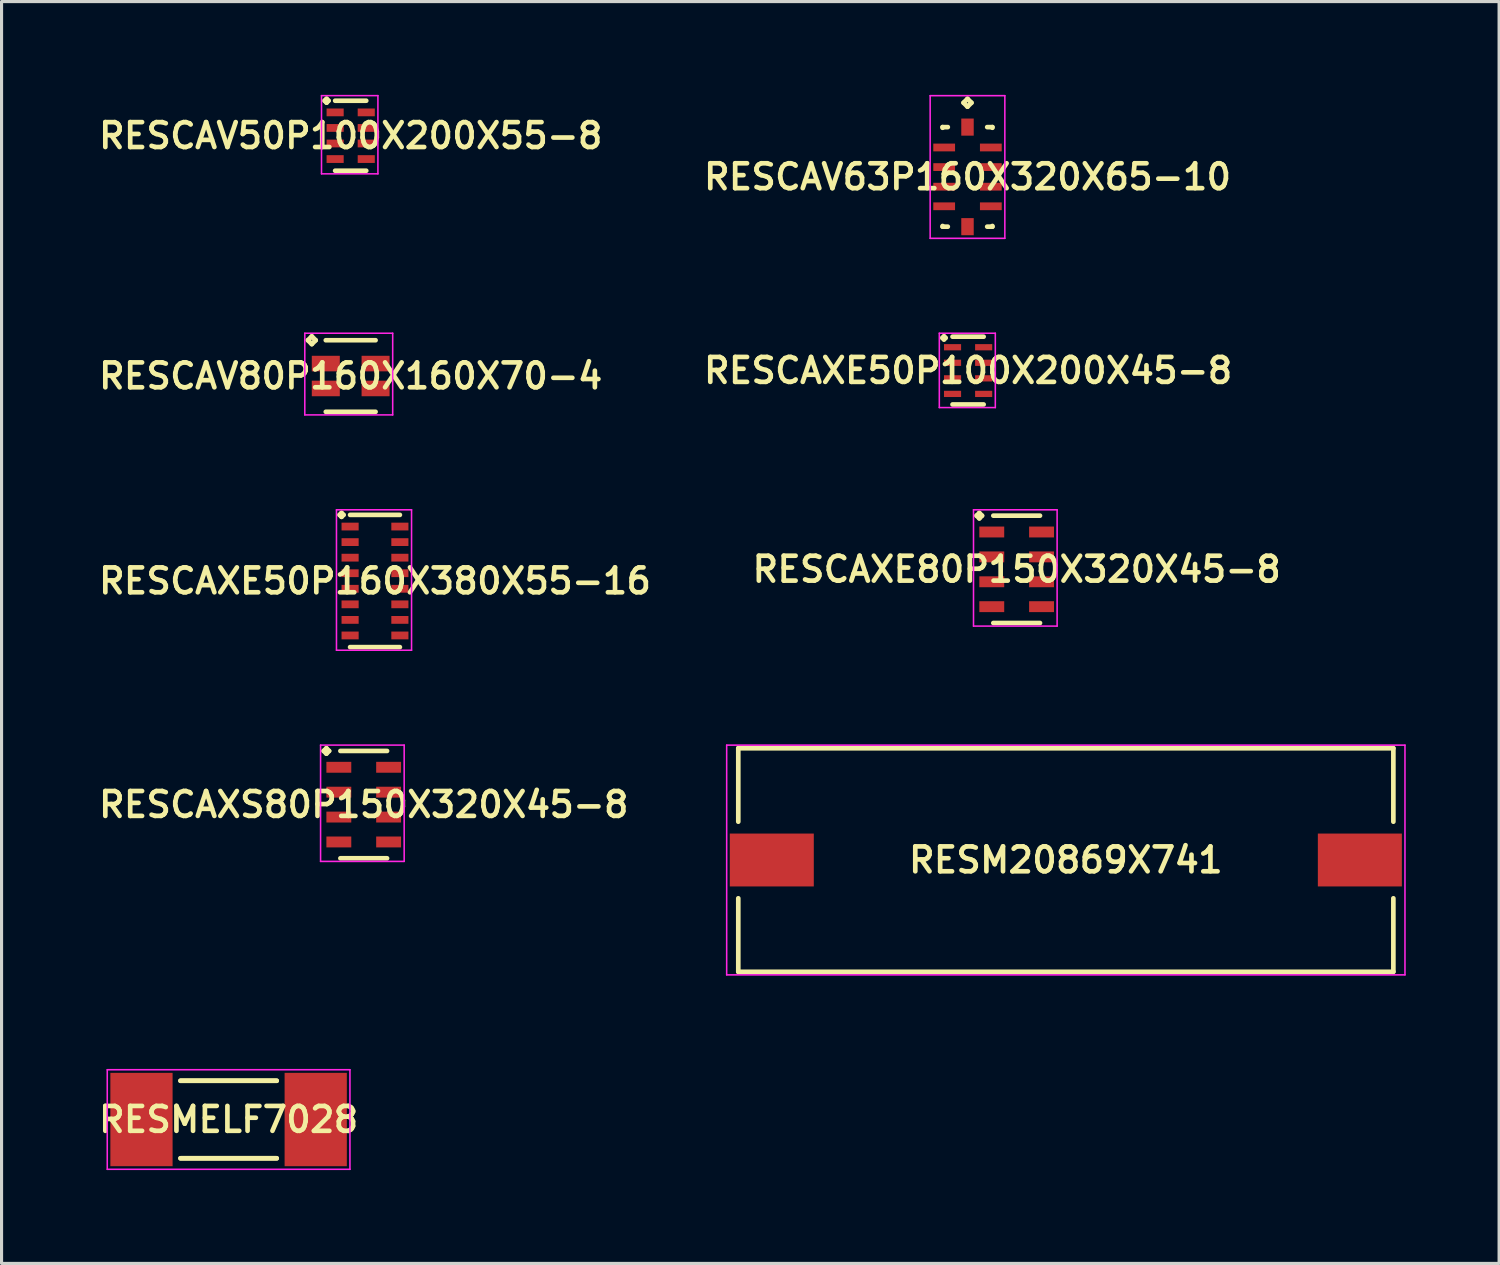
<source format=kicad_pcb>
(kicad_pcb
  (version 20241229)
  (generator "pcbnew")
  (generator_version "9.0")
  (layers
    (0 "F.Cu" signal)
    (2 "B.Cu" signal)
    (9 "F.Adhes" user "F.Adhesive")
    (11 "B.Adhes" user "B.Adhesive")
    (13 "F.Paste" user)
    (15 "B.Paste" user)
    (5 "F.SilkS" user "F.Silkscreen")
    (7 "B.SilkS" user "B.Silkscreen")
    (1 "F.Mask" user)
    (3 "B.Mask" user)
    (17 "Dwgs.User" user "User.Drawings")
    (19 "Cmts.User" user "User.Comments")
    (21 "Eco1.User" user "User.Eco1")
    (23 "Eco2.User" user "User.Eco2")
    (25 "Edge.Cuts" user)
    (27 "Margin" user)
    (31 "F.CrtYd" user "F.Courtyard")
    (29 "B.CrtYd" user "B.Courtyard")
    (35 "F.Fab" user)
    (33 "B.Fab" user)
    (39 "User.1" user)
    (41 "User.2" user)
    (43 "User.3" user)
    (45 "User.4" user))
  (footprint "RESM20869X741"
    (layer "F.Cu")
    (at 31.205 24.59)
    (property "Reference" "RESM20869X741" (at 0 0 0) (layer "F.SilkS") (effects (font (size 0.8 0.8) (thickness 0.15))))
    (attr smd)
    (fp_line (start -10.527 -3.592) (end 10.527 -3.592) (stroke (width 0.15) (type solid)) (layer "F.SilkS"))
    (fp_line (start -10.527 -1.231) (end -10.527 -3.592) (stroke (width 0.15) (type solid)) (layer "F.SilkS"))
    (fp_line (start -10.527 1.231) (end -10.527 3.592) (stroke (width 0.15) (type solid)) (layer "F.SilkS"))
    (fp_line (start -10.527 3.592) (end 10.527 3.592) (stroke (width 0.15) (type solid)) (layer "F.SilkS"))
    (fp_line (start 10.527 -3.592) (end 10.527 -1.231) (stroke (width 0.15) (type solid)) (layer "F.SilkS"))
    (fp_line (start 10.527 3.592) (end 10.527 1.231) (stroke (width 0.15) (type solid)) (layer "F.SilkS"))
    (fp_line (start -10.9 -3.692) (end 10.9 -3.692) (stroke (width 0.05) (type solid)) (layer "F.CrtYd"))
    (fp_line (start -10.9 3.692) (end -10.9 -3.692) (stroke (width 0.05) (type solid)) (layer "F.CrtYd"))
    (fp_line (start 10.9 -3.692) (end 10.9 3.692) (stroke (width 0.05) (type solid)) (layer "F.CrtYd"))
    (fp_line (start 10.9 3.692) (end -10.9 3.692) (stroke (width 0.05) (type solid)) (layer "F.CrtYd"))
    (pad "1" smd rect (at -9.45 0) (size 2.7 1.7) (layers "F.Cu" "F.Mask" "F.Paste"))
    (pad "2" smd rect (at 9.45 0) (size 2.7 1.7) (layers "F.Cu" "F.Mask" "F.Paste")))
  (footprint "RESCAV50P100X200X55-8"
    (layer "F.Cu")
    (at 8.221 1.312)
    (property "Reference" "RESCAV50P100X200X55-8" (at 0 0 0) (layer "F.SilkS") (effects (font (size 0.8 0.8) (thickness 0.15))))
    (attr smd)
    (fp_line (start -0.838 -1.125) (end -0.775 -1.188) (stroke (width 0.15) (type solid)) (layer "F.SilkS"))
    (fp_line (start -0.775 -1.188) (end -0.713 -1.125) (stroke (width 0.15) (type solid)) (layer "F.SilkS"))
    (fp_line (start -0.775 -1.062) (end -0.838 -1.125) (stroke (width 0.15) (type solid)) (layer "F.SilkS"))
    (fp_line (start -0.713 -1.125) (end -0.775 -1.062) (stroke (width 0.15) (type solid)) (layer "F.SilkS"))
    (fp_line (start -0.5 -1.125) (end 0.5 -1.125) (stroke (width 0.15) (type solid)) (layer "F.SilkS"))
    (fp_line (start -0.5 1.125) (end 0.5 1.125) (stroke (width 0.15) (type solid)) (layer "F.SilkS"))
    (fp_line (start -0.938 -1.288) (end 0.875 -1.288) (stroke (width 0.05) (type solid)) (layer "F.CrtYd"))
    (fp_line (start -0.938 1.225) (end -0.938 -1.288) (stroke (width 0.05) (type solid)) (layer "F.CrtYd"))
    (fp_line (start 0.875 -1.288) (end 0.875 1.225) (stroke (width 0.05) (type solid)) (layer "F.CrtYd"))
    (fp_line (start 0.875 1.225) (end -0.938 1.225) (stroke (width 0.05) (type solid)) (layer "F.CrtYd"))
    (pad "1" smd rect (at -0.5 -0.75) (size 0.55 0.25) (layers "F.Cu" "F.Mask" "F.Paste"))
    (pad "2" smd rect (at -0.5 -0.25) (size 0.55 0.25) (layers "F.Cu" "F.Mask" "F.Paste"))
    (pad "3" smd rect (at -0.5 0.25) (size 0.55 0.25) (layers "F.Cu" "F.Mask" "F.Paste"))
    (pad "4" smd rect (at -0.5 0.75) (size 0.55 0.25) (layers "F.Cu" "F.Mask" "F.Paste"))
    (pad "5" smd rect (at 0.5 0.75) (size 0.55 0.25) (layers "F.Cu" "F.Mask" "F.Paste"))
    (pad "6" smd rect (at 0.5 0.25) (size 0.55 0.25) (layers "F.Cu" "F.Mask" "F.Paste"))
    (pad "7" smd rect (at 0.5 -0.25) (size 0.55 0.25) (layers "F.Cu" "F.Mask" "F.Paste"))
    (pad "8" smd rect (at 0.5 -0.75) (size 0.55 0.25) (layers "F.Cu" "F.Mask" "F.Paste")))
  (footprint "RESCAV80P160X160X70-4"
    (layer "F.Cu")
    (at 8.221 9.035)
    (property "Reference" "RESCAV80P160X160X70-4" (at 0 0 0) (layer "F.SilkS") (effects (font (size 0.8 0.8) (thickness 0.15))))
    (attr smd)
    (fp_line (start -1.375 -1.15) (end -1.25 -1.275) (stroke (width 0.15) (type solid)) (layer "F.SilkS"))
    (fp_line (start -1.25 -1.275) (end -1.125 -1.15) (stroke (width 0.15) (type solid)) (layer "F.SilkS"))
    (fp_line (start -1.25 -1.025) (end -1.375 -1.15) (stroke (width 0.15) (type solid)) (layer "F.SilkS"))
    (fp_line (start -1.125 -1.15) (end -1.25 -1.025) (stroke (width 0.15) (type solid)) (layer "F.SilkS"))
    (fp_line (start -0.8 -1.15) (end 0.8 -1.15) (stroke (width 0.15) (type solid)) (layer "F.SilkS"))
    (fp_line (start -0.8 1.15) (end 0.8 1.15) (stroke (width 0.15) (type solid)) (layer "F.SilkS"))
    (fp_line (start -1.475 -1.375) (end 1.35 -1.375) (stroke (width 0.05) (type solid)) (layer "F.CrtYd"))
    (fp_line (start -1.475 1.25) (end -1.475 -1.375) (stroke (width 0.05) (type solid)) (layer "F.CrtYd"))
    (fp_line (start 1.35 -1.375) (end 1.35 1.25) (stroke (width 0.05) (type solid)) (layer "F.CrtYd"))
    (fp_line (start 1.35 1.25) (end -1.475 1.25) (stroke (width 0.05) (type solid)) (layer "F.CrtYd"))
    (pad "1" smd rect (at -0.8 -0.4) (size 0.9 0.5) (layers "F.Cu" "F.Mask" "F.Paste"))
    (pad "2" smd rect (at -0.8 0.4) (size 0.9 0.5) (layers "F.Cu" "F.Mask" "F.Paste"))
    (pad "3" smd rect (at 0.8 0.4) (size 0.9 0.5) (layers "F.Cu" "F.Mask" "F.Paste"))
    (pad "4" smd rect (at 0.8 -0.4) (size 0.9 0.5) (layers "F.Cu" "F.Mask" "F.Paste")))
  (footprint "RESCAXE50P160X380X55-16"
    (layer "F.Cu")
    (at 9.002 15.623)
    (property "Reference" "RESCAXE50P160X380X55-16" (at 0 0 0) (layer "F.SilkS") (effects (font (size 0.8 0.8) (thickness 0.15))))
    (attr smd)
    (fp_line (start -1.137 -2.125) (end -1.075 -2.188) (stroke (width 0.15) (type solid)) (layer "F.SilkS"))
    (fp_line (start -1.075 -2.188) (end -1.012 -2.125) (stroke (width 0.15) (type solid)) (layer "F.SilkS"))
    (fp_line (start -1.075 -2.062) (end -1.137 -2.125) (stroke (width 0.15) (type solid)) (layer "F.SilkS"))
    (fp_line (start -1.012 -2.125) (end -1.075 -2.062) (stroke (width 0.15) (type solid)) (layer "F.SilkS"))
    (fp_line (start -0.8 -2.125) (end 0.8 -2.125) (stroke (width 0.15) (type solid)) (layer "F.SilkS"))
    (fp_line (start -0.8 2.125) (end 0.8 2.125) (stroke (width 0.15) (type solid)) (layer "F.SilkS"))
    (fp_line (start -1.238 -2.288) (end 1.175 -2.288) (stroke (width 0.05) (type solid)) (layer "F.CrtYd"))
    (fp_line (start -1.238 2.225) (end -1.238 -2.288) (stroke (width 0.05) (type solid)) (layer "F.CrtYd"))
    (fp_line (start 1.175 -2.288) (end 1.175 2.225) (stroke (width 0.05) (type solid)) (layer "F.CrtYd"))
    (fp_line (start 1.175 2.225) (end -1.238 2.225) (stroke (width 0.05) (type solid)) (layer "F.CrtYd"))
    (pad "1" smd rect (at -0.8 -1.75) (size 0.55 0.25) (layers "F.Cu" "F.Mask" "F.Paste"))
    (pad "2" smd rect (at -0.8 -1.25) (size 0.55 0.25) (layers "F.Cu" "F.Mask" "F.Paste"))
    (pad "3" smd rect (at -0.8 -0.75) (size 0.55 0.25) (layers "F.Cu" "F.Mask" "F.Paste"))
    (pad "4" smd rect (at -0.8 -0.25) (size 0.55 0.25) (layers "F.Cu" "F.Mask" "F.Paste"))
    (pad "5" smd rect (at -0.8 0.25) (size 0.55 0.25) (layers "F.Cu" "F.Mask" "F.Paste"))
    (pad "6" smd rect (at -0.8 0.75) (size 0.55 0.25) (layers "F.Cu" "F.Mask" "F.Paste"))
    (pad "7" smd rect (at -0.8 1.25) (size 0.55 0.25) (layers "F.Cu" "F.Mask" "F.Paste"))
    (pad "8" smd rect (at -0.8 1.75) (size 0.55 0.25) (layers "F.Cu" "F.Mask" "F.Paste"))
    (pad "9" smd rect (at 0.8 1.75) (size 0.55 0.25) (layers "F.Cu" "F.Mask" "F.Paste"))
    (pad "10" smd rect (at 0.8 1.25) (size 0.55 0.25) (layers "F.Cu" "F.Mask" "F.Paste"))
    (pad "11" smd rect (at 0.8 0.75) (size 0.55 0.25) (layers "F.Cu" "F.Mask" "F.Paste"))
    (pad "12" smd rect (at 0.8 0.25) (size 0.55 0.25) (layers "F.Cu" "F.Mask" "F.Paste"))
    (pad "13" smd rect (at 0.8 -0.25) (size 0.55 0.25) (layers "F.Cu" "F.Mask" "F.Paste"))
    (pad "14" smd rect (at 0.8 -0.75) (size 0.55 0.25) (layers "F.Cu" "F.Mask" "F.Paste"))
    (pad "15" smd rect (at 0.8 -1.25) (size 0.55 0.25) (layers "F.Cu" "F.Mask" "F.Paste"))
    (pad "16" smd rect (at 0.8 -1.75) (size 0.55 0.25) (layers "F.Cu" "F.Mask" "F.Paste")))
  (footprint "RESMELF7028"
    (layer "F.Cu")
    (at 4.297 32.931)
    (property "Reference" "RESMELF7028" (at 0 0 0) (layer "F.SilkS") (effects (font (size 0.8 0.8) (thickness 0.15))))
    (attr smd)
    (fp_line (start -1.546 -1.246) (end 1.546 -1.246) (stroke (width 0.15) (type solid)) (layer "F.SilkS"))
    (fp_line (start -1.546 1.246) (end 1.546 1.246) (stroke (width 0.15) (type solid)) (layer "F.SilkS"))
    (fp_line (start 1.546 -1.246) (end -1.546 -1.246) (stroke (width 0.15) (type solid)) (layer "F.SilkS"))
    (fp_line (start 1.546 1.246) (end -1.546 1.246) (stroke (width 0.15) (type solid)) (layer "F.SilkS"))
    (fp_line (start -3.9 -1.6) (end 3.9 -1.6) (stroke (width 0.05) (type solid)) (layer "F.CrtYd"))
    (fp_line (start -3.9 1.6) (end -3.9 -1.6) (stroke (width 0.05) (type solid)) (layer "F.CrtYd"))
    (fp_line (start 3.9 -1.6) (end 3.9 1.6) (stroke (width 0.05) (type solid)) (layer "F.CrtYd"))
    (fp_line (start 3.9 1.6) (end -3.9 1.6) (stroke (width 0.05) (type solid)) (layer "F.CrtYd"))
    (pad "1" smd rect (at -2.8 0) (size 2 3) (layers "F.Cu" "F.Mask" "F.Paste"))
    (pad "2" smd rect (at 2.8 0) (size 2 3) (layers "F.Cu" "F.Mask" "F.Paste")))
  (footprint "RESCAXE80P150X320X45-8"
    (layer "F.Cu")
    (at 29.625 15.248)
    (property "Reference" "RESCAXE80P150X320X45-8" (at 0 0 0) (layer "F.SilkS") (effects (font (size 0.8 0.8) (thickness 0.15))))
    (attr smd)
    (fp_line (start -1.288 -1.725) (end -1.2 -1.812) (stroke (width 0.15) (type solid)) (layer "F.SilkS"))
    (fp_line (start -1.2 -1.812) (end -1.113 -1.725) (stroke (width 0.15) (type solid)) (layer "F.SilkS"))
    (fp_line (start -1.2 -1.637) (end -1.288 -1.725) (stroke (width 0.15) (type solid)) (layer "F.SilkS"))
    (fp_line (start -1.113 -1.725) (end -1.2 -1.637) (stroke (width 0.15) (type solid)) (layer "F.SilkS"))
    (fp_line (start -0.75 -1.725) (end 0.75 -1.725) (stroke (width 0.15) (type solid)) (layer "F.SilkS"))
    (fp_line (start -0.75 1.725) (end 0.75 1.725) (stroke (width 0.15) (type solid)) (layer "F.SilkS"))
    (fp_line (start -1.387 -1.913) (end 1.3 -1.913) (stroke (width 0.05) (type solid)) (layer "F.CrtYd"))
    (fp_line (start -1.387 1.825) (end -1.387 -1.913) (stroke (width 0.05) (type solid)) (layer "F.CrtYd"))
    (fp_line (start 1.3 -1.913) (end 1.3 1.825) (stroke (width 0.05) (type solid)) (layer "F.CrtYd"))
    (fp_line (start 1.3 1.825) (end -1.387 1.825) (stroke (width 0.05) (type solid)) (layer "F.CrtYd"))
    (pad "1" smd rect (at -0.8 -1.2) (size 0.8 0.35) (layers "F.Cu" "F.Mask" "F.Paste"))
    (pad "2" smd rect (at -0.8 -0.4) (size 0.8 0.35) (layers "F.Cu" "F.Mask" "F.Paste"))
    (pad "3" smd rect (at -0.8 0.4) (size 0.8 0.35) (layers "F.Cu" "F.Mask" "F.Paste"))
    (pad "4" smd rect (at -0.8 1.2) (size 0.8 0.35) (layers "F.Cu" "F.Mask" "F.Paste"))
    (pad "5" smd rect (at 0.8 1.2) (size 0.8 0.35) (layers "F.Cu" "F.Mask" "F.Paste"))
    (pad "6" smd rect (at 0.8 0.4) (size 0.8 0.35) (layers "F.Cu" "F.Mask" "F.Paste"))
    (pad "7" smd rect (at 0.8 -0.4) (size 0.8 0.35) (layers "F.Cu" "F.Mask" "F.Paste"))
    (pad "8" smd rect (at 0.8 -1.2) (size 0.8 0.35) (layers "F.Cu" "F.Mask" "F.Paste")))
  (footprint "RESCAXE50P100X200X45-8"
    (layer "F.Cu")
    (at 28.064 8.86)
    (property "Reference" "RESCAXE50P100X200X45-8" (at 0 0 0) (layer "F.SilkS") (effects (font (size 0.8 0.8) (thickness 0.15))))
    (attr smd)
    (fp_line (start -0.825 -1.05) (end -0.775 -1.1) (stroke (width 0.15) (type solid)) (layer "F.SilkS"))
    (fp_line (start -0.775 -1.1) (end -0.725 -1.05) (stroke (width 0.15) (type solid)) (layer "F.SilkS"))
    (fp_line (start -0.775 -1) (end -0.825 -1.05) (stroke (width 0.15) (type solid)) (layer "F.SilkS"))
    (fp_line (start -0.725 -1.05) (end -0.775 -1) (stroke (width 0.15) (type solid)) (layer "F.SilkS"))
    (fp_line (start -0.5 -1.089) (end 0.5 -1.089) (stroke (width 0.15) (type solid)) (layer "F.SilkS"))
    (fp_line (start -0.5 1.089) (end 0.5 1.089) (stroke (width 0.15) (type solid)) (layer "F.SilkS"))
    (fp_line (start -0.925 -1.2) (end 0.875 -1.2) (stroke (width 0.05) (type solid)) (layer "F.CrtYd"))
    (fp_line (start -0.925 1.189) (end -0.925 -1.2) (stroke (width 0.05) (type solid)) (layer "F.CrtYd"))
    (fp_line (start 0.875 -1.2) (end 0.875 1.189) (stroke (width 0.05) (type solid)) (layer "F.CrtYd"))
    (fp_line (start 0.875 1.189) (end -0.925 1.189) (stroke (width 0.05) (type solid)) (layer "F.CrtYd"))
    (pad "1" smd rect (at -0.5 -0.75) (size 0.55 0.2) (layers "F.Cu" "F.Mask" "F.Paste"))
    (pad "2" smd rect (at -0.5 -0.25) (size 0.55 0.2) (layers "F.Cu" "F.Mask" "F.Paste"))
    (pad "3" smd rect (at -0.5 0.25) (size 0.55 0.2) (layers "F.Cu" "F.Mask" "F.Paste"))
    (pad "4" smd rect (at -0.5 0.75) (size 0.55 0.2) (layers "F.Cu" "F.Mask" "F.Paste"))
    (pad "5" smd rect (at 0.5 0.75) (size 0.55 0.2) (layers "F.Cu" "F.Mask" "F.Paste"))
    (pad "6" smd rect (at 0.5 0.25) (size 0.55 0.2) (layers "F.Cu" "F.Mask" "F.Paste"))
    (pad "7" smd rect (at 0.5 -0.25) (size 0.55 0.2) (layers "F.Cu" "F.Mask" "F.Paste"))
    (pad "8" smd rect (at 0.5 -0.75) (size 0.55 0.2) (layers "F.Cu" "F.Mask" "F.Paste")))
  (footprint "RESCAXS80P150X320X45-8"
    (layer "F.Cu")
    (at 8.64 22.81)
    (property "Reference" "RESCAXS80P150X320X45-8" (at 0 0 0) (layer "F.SilkS") (effects (font (size 0.8 0.8) (thickness 0.15))))
    (attr smd)
    (fp_line (start -1.288 -1.725) (end -1.2 -1.812) (stroke (width 0.15) (type solid)) (layer "F.SilkS"))
    (fp_line (start -1.2 -1.812) (end -1.113 -1.725) (stroke (width 0.15) (type solid)) (layer "F.SilkS"))
    (fp_line (start -1.2 -1.637) (end -1.288 -1.725) (stroke (width 0.15) (type solid)) (layer "F.SilkS"))
    (fp_line (start -1.113 -1.725) (end -1.2 -1.637) (stroke (width 0.15) (type solid)) (layer "F.SilkS"))
    (fp_line (start -0.75 -1.725) (end 0.75 -1.725) (stroke (width 0.15) (type solid)) (layer "F.SilkS"))
    (fp_line (start -0.75 1.725) (end 0.75 1.725) (stroke (width 0.15) (type solid)) (layer "F.SilkS"))
    (fp_line (start -1.387 -1.913) (end 1.3 -1.913) (stroke (width 0.05) (type solid)) (layer "F.CrtYd"))
    (fp_line (start -1.387 1.825) (end -1.387 -1.913) (stroke (width 0.05) (type solid)) (layer "F.CrtYd"))
    (fp_line (start 1.3 -1.913) (end 1.3 1.825) (stroke (width 0.05) (type solid)) (layer "F.CrtYd"))
    (fp_line (start 1.3 1.825) (end -1.387 1.825) (stroke (width 0.05) (type solid)) (layer "F.CrtYd"))
    (pad "1" smd rect (at -0.8 -1.2) (size 0.8 0.35) (layers "F.Cu" "F.Mask" "F.Paste"))
    (pad "2" smd rect (at -0.8 -0.4) (size 0.8 0.35) (layers "F.Cu" "F.Mask" "F.Paste"))
    (pad "3" smd rect (at -0.8 0.4) (size 0.8 0.35) (layers "F.Cu" "F.Mask" "F.Paste"))
    (pad "4" smd rect (at -0.8 1.2) (size 0.8 0.35) (layers "F.Cu" "F.Mask" "F.Paste"))
    (pad "5" smd rect (at 0.8 1.2) (size 0.8 0.35) (layers "F.Cu" "F.Mask" "F.Paste"))
    (pad "6" smd rect (at 0.8 0.4) (size 0.8 0.35) (layers "F.Cu" "F.Mask" "F.Paste"))
    (pad "7" smd rect (at 0.8 -0.4) (size 0.8 0.35) (layers "F.Cu" "F.Mask" "F.Paste"))
    (pad "8" smd rect (at 0.8 -1.2) (size 0.8 0.35) (layers "F.Cu" "F.Mask" "F.Paste")))
  (footprint "RESCAV63P160X320X65-10"
    (layer "F.Cu")
    (at 28.045 2.635)
    (property "Reference" "RESCAV63P160X320X65-10" (at 0 0 0) (layer "F.SilkS") (effects (font (size 0.8 0.8) (thickness 0.15))))
    (attr smd)
    (fp_line (start -0.8 -1.6) (end -0.633 -1.6) (stroke (width 0.15) (type solid)) (layer "F.SilkS"))
    (fp_line (start -0.8 -1.578) (end -0.8 -1.6) (stroke (width 0.15) (type solid)) (layer "F.SilkS"))
    (fp_line (start -0.8 1.578) (end -0.8 1.6) (stroke (width 0.15) (type solid)) (layer "F.SilkS"))
    (fp_line (start -0.8 1.6) (end -0.633 1.6) (stroke (width 0.15) (type solid)) (layer "F.SilkS"))
    (fp_line (start -0.127 -2.383) (end 0 -2.51) (stroke (width 0.15) (type solid)) (layer "F.SilkS"))
    (fp_line (start 0 -2.51) (end 0.127 -2.383) (stroke (width 0.15) (type solid)) (layer "F.SilkS"))
    (fp_line (start 0 -2.256) (end -0.127 -2.383) (stroke (width 0.15) (type solid)) (layer "F.SilkS"))
    (fp_line (start 0.127 -2.383) (end 0 -2.256) (stroke (width 0.15) (type solid)) (layer "F.SilkS"))
    (fp_line (start 0.8 -1.6) (end 0.633 -1.6) (stroke (width 0.15) (type solid)) (layer "F.SilkS"))
    (fp_line (start 0.8 -1.578) (end 0.8 -1.6) (stroke (width 0.15) (type solid)) (layer "F.SilkS"))
    (fp_line (start 0.8 1.578) (end 0.8 1.6) (stroke (width 0.15) (type solid)) (layer "F.SilkS"))
    (fp_line (start 0.8 1.6) (end 0.633 1.6) (stroke (width 0.15) (type solid)) (layer "F.SilkS"))
    (fp_line (start -1.2 -2.61) (end 1.2 -2.61) (stroke (width 0.05) (type solid)) (layer "F.CrtYd"))
    (fp_line (start -1.2 1.975) (end -1.2 -2.61) (stroke (width 0.05) (type solid)) (layer "F.CrtYd"))
    (fp_line (start 1.2 -2.61) (end 1.2 1.975) (stroke (width 0.05) (type solid)) (layer "F.CrtYd"))
    (fp_line (start 1.2 1.975) (end -1.2 1.975) (stroke (width 0.05) (type solid)) (layer "F.CrtYd"))
    (pad "1" smd rect (at 0 -1.6) (size 0.4 0.55) (layers "F.Cu" "F.Mask" "F.Paste"))
    (pad "2" smd rect (at -0.75 -0.945) (size 0.7 0.25) (layers "F.Cu" "F.Mask" "F.Paste"))
    (pad "3" smd rect (at -0.75 -0.315) (size 0.7 0.25) (layers "F.Cu" "F.Mask" "F.Paste"))
    (pad "4" smd rect (at -0.75 0.315) (size 0.7 0.25) (layers "F.Cu" "F.Mask" "F.Paste"))
    (pad "5" smd rect (at -0.75 0.945) (size 0.7 0.25) (layers "F.Cu" "F.Mask" "F.Paste"))
    (pad "6" smd rect (at 0 1.6) (size 0.4 0.55) (layers "F.Cu" "F.Mask" "F.Paste"))
    (pad "7" smd rect (at 0.75 0.945) (size 0.7 0.25) (layers "F.Cu" "F.Mask" "F.Paste"))
    (pad "8" smd rect (at 0.75 0.315) (size 0.7 0.25) (layers "F.Cu" "F.Mask" "F.Paste"))
    (pad "9" smd rect (at 0.75 -0.315) (size 0.7 0.25) (layers "F.Cu" "F.Mask" "F.Paste"))
    (pad "10" smd rect (at 0.75 -0.945) (size 0.7 0.25) (layers "F.Cu" "F.Mask" "F.Paste")))
  (gr_rect
    (start -3 -3)
    (end 45.13 37.556)
    (stroke (width 0.1) (type default))
    (fill no)
    (layer "Edge.Cuts")))
</source>
